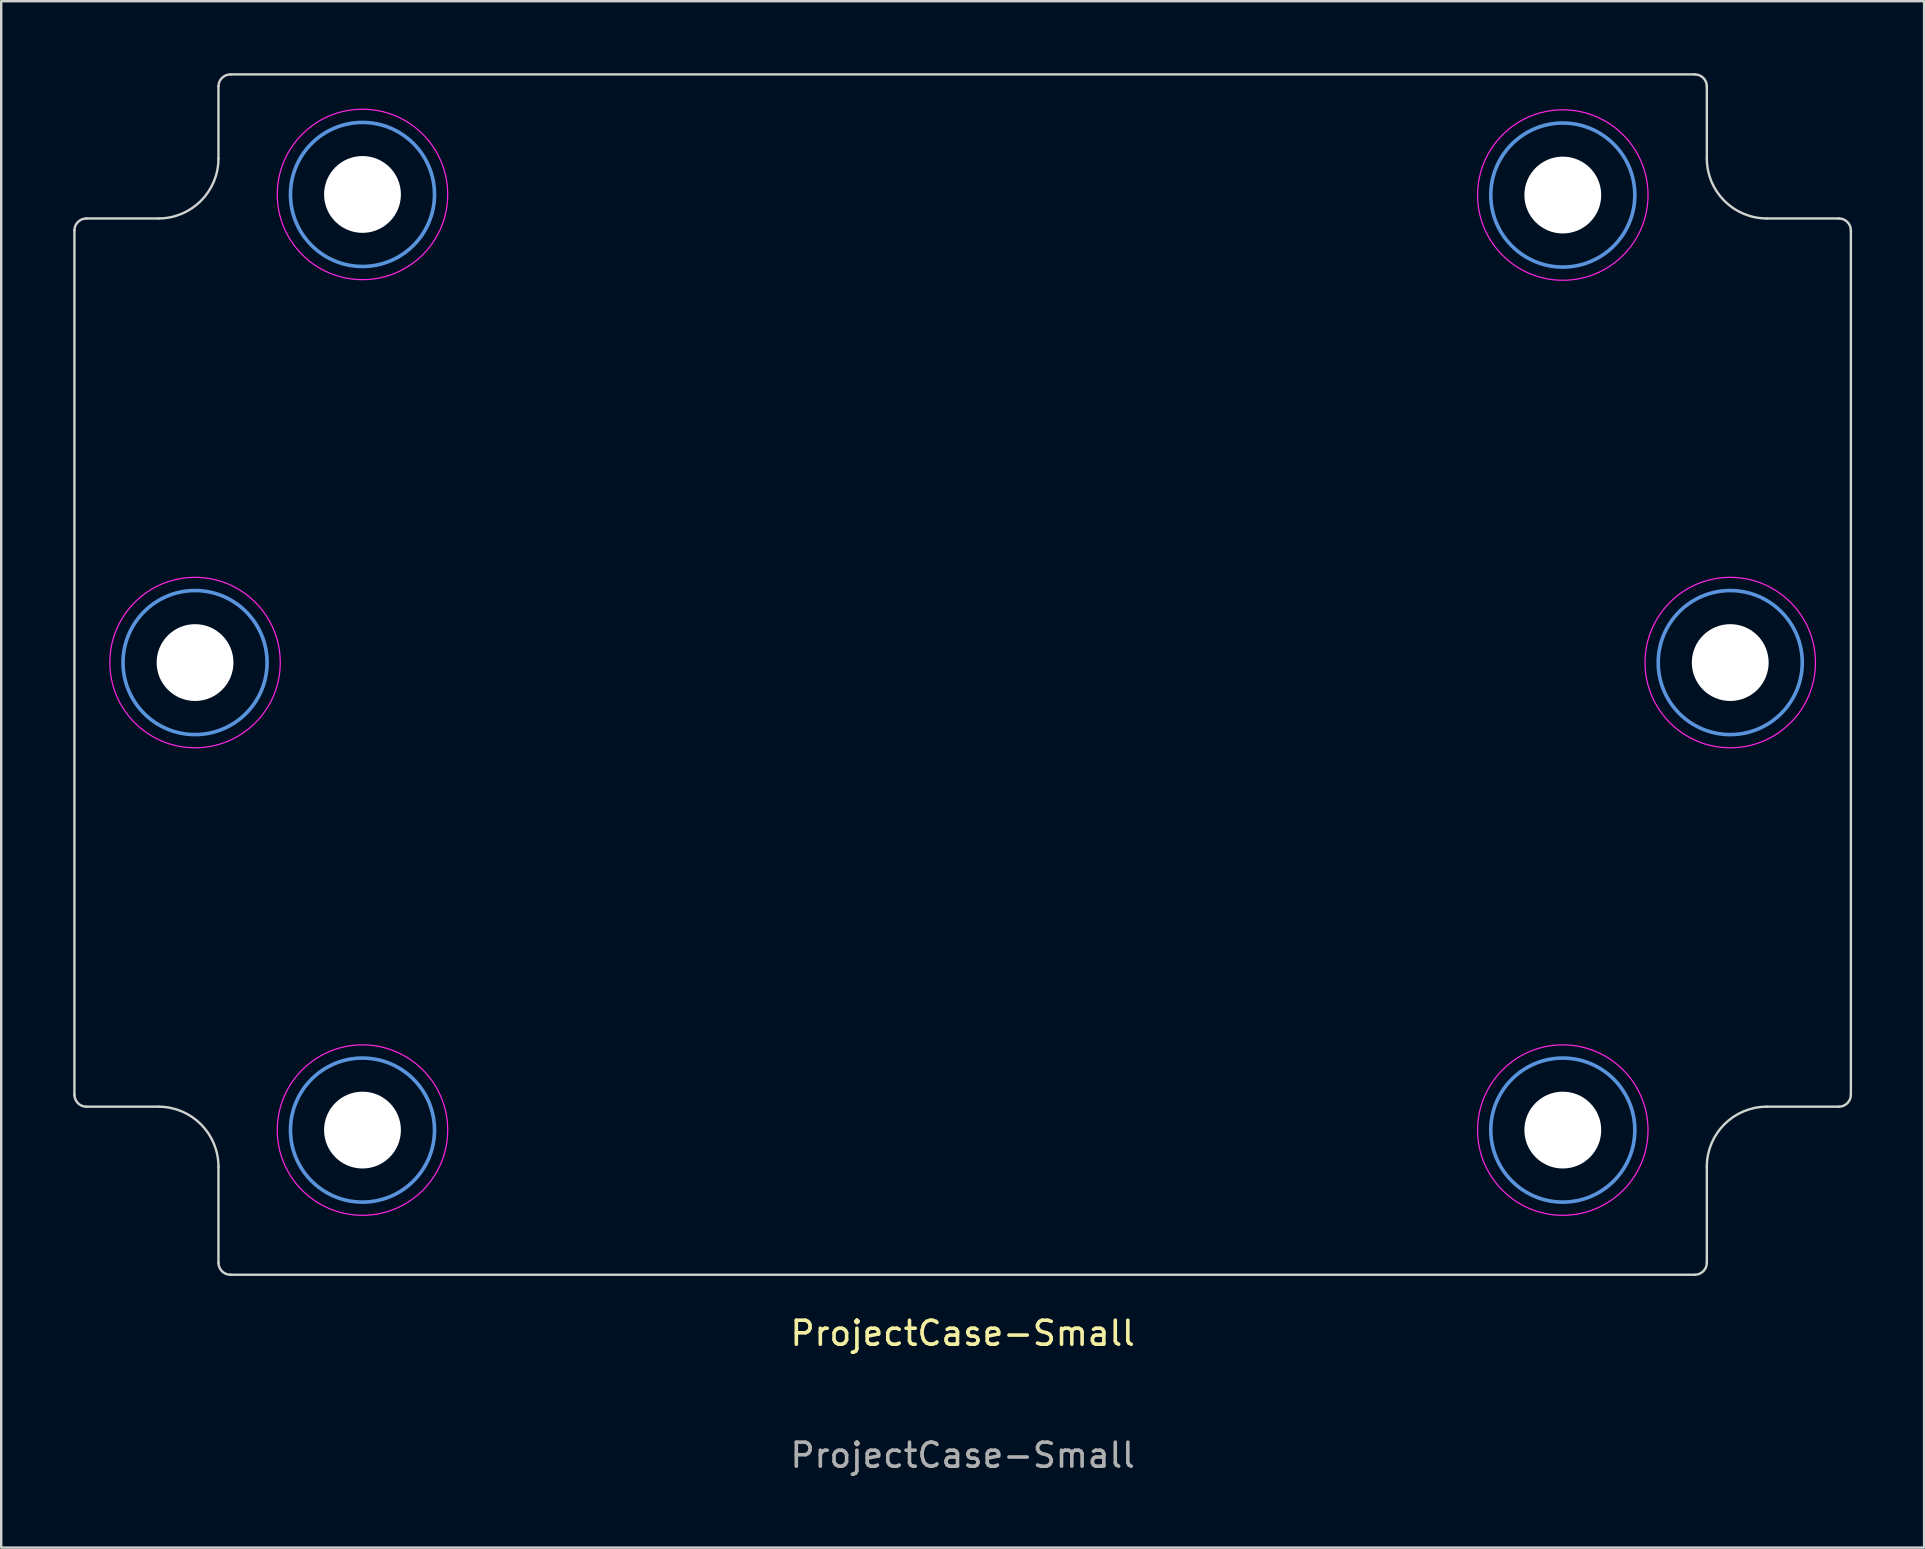
<source format=kicad_pcb>
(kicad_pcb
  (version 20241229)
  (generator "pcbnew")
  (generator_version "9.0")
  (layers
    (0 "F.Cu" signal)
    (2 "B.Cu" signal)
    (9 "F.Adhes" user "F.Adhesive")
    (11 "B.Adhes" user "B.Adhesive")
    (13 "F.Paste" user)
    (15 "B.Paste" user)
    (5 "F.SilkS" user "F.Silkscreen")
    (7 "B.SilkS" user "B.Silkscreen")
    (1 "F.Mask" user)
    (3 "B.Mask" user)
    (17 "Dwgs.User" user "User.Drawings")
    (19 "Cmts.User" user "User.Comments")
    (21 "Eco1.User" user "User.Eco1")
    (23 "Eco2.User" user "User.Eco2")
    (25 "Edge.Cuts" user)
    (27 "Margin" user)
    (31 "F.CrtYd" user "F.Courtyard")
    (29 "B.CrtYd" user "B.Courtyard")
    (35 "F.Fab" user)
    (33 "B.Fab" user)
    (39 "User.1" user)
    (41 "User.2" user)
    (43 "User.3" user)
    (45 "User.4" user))
  (footprint "ProjectCase-Small"
    (layer "F.Cu")
    (at 37.05 24.55)
    (property "Reference" "ProjectCase-Small" (at 0 27.94 0) (unlocked yes) (layer "F.SilkS") (effects (font (size 1 1) (thickness 0.15))))
    (fp_circle (center -31.975 0) (end -28.975 0) (stroke (width 0.15) (type solid)) (fill no) (layer "Cmts.User"))
    (fp_circle (center -25 -19.5) (end -22 -19.5) (stroke (width 0.15) (type solid)) (fill no) (layer "Cmts.User"))
    (fp_circle (center -25 19.475) (end -22 19.475) (stroke (width 0.15) (type solid)) (fill no) (layer "Cmts.User"))
    (fp_circle (center 25 -19.475) (end 28 -19.475) (stroke (width 0.15) (type solid)) (fill no) (layer "Cmts.User"))
    (fp_circle (center 25 19.475) (end 28 19.475) (stroke (width 0.15) (type solid)) (fill no) (layer "Cmts.User"))
    (fp_circle (center 31.975 0) (end 34.975 0) (stroke (width 0.15) (type solid)) (fill no) (layer "Cmts.User"))
    (fp_line (start -37 18) (end -37 -18) (stroke (width 0.1) (type solid)) (layer "Edge.Cuts"))
    (fp_line (start -33.5 -18.5) (end -36.5 -18.5) (stroke (width 0.1) (type solid)) (layer "Edge.Cuts"))
    (fp_line (start -33.5 18.5) (end -36.5 18.5) (stroke (width 0.1) (type solid)) (layer "Edge.Cuts"))
    (fp_line (start -31 -21) (end -31 -24) (stroke (width 0.1) (type solid)) (layer "Edge.Cuts"))
    (fp_line (start -31 21) (end -31 25) (stroke (width 0.1) (type solid)) (layer "Edge.Cuts"))
    (fp_line (start -30.5 -24.5) (end 30.5 -24.5) (stroke (width 0.1) (type solid)) (layer "Edge.Cuts"))
    (fp_line (start -30.5 25.5) (end 30.5 25.5) (stroke (width 0.1) (type solid)) (layer "Edge.Cuts"))
    (fp_line (start 31 -24) (end 31 -21) (stroke (width 0.1) (type solid)) (layer "Edge.Cuts"))
    (fp_line (start 31 21) (end 31 25) (stroke (width 0.1) (type solid)) (layer "Edge.Cuts"))
    (fp_line (start 33.5 -18.5) (end 36.5 -18.5) (stroke (width 0.1) (type solid)) (layer "Edge.Cuts"))
    (fp_line (start 33.5 18.5) (end 36.5 18.5) (stroke (width 0.1) (type solid)) (layer "Edge.Cuts"))
    (fp_line (start 37 18) (end 37 -18) (stroke (width 0.1) (type solid)) (layer "Edge.Cuts"))
    (fp_arc (start -37 -18) (mid -36.853553 -18.353553) (end -36.5 -18.5) (stroke (width 0.1) (type solid)) (layer "Edge.Cuts"))
    (fp_arc (start -36.5 18.5) (mid -36.853553 18.353553) (end -37 18) (stroke (width 0.1) (type solid)) (layer "Edge.Cuts"))
    (fp_arc (start -33.5 18.5) (mid -31.732233 19.232233) (end -31 21) (stroke (width 0.1) (type solid)) (layer "Edge.Cuts"))
    (fp_arc (start -31 -24) (mid -30.853553 -24.353553) (end -30.5 -24.5) (stroke (width 0.1) (type solid)) (layer "Edge.Cuts"))
    (fp_arc (start -31 -21) (mid -31.732233 -19.232233) (end -33.5 -18.5) (stroke (width 0.1) (type solid)) (layer "Edge.Cuts"))
    (fp_arc (start -30.5 25.5) (mid -30.853553 25.353553) (end -31 25) (stroke (width 0.1) (type solid)) (layer "Edge.Cuts"))
    (fp_arc (start 30.5 -24.5) (mid 30.853553 -24.353553) (end 31 -24) (stroke (width 0.1) (type solid)) (layer "Edge.Cuts"))
    (fp_arc (start 31 21) (mid 31.732233 19.232233) (end 33.5 18.5) (stroke (width 0.1) (type solid)) (layer "Edge.Cuts"))
    (fp_arc (start 31 25) (mid 30.853553 25.353553) (end 30.5 25.5) (stroke (width 0.1) (type solid)) (layer "Edge.Cuts"))
    (fp_arc (start 33.5 -18.5) (mid 31.732233 -19.232233) (end 31 -21) (stroke (width 0.1) (type solid)) (layer "Edge.Cuts"))
    (fp_arc (start 36.5 -18.5) (mid 36.853553 -18.353553) (end 37 -18) (stroke (width 0.1) (type solid)) (layer "Edge.Cuts"))
    (fp_arc (start 37 18) (mid 36.853553 18.353553) (end 36.5 18.5) (stroke (width 0.1) (type solid)) (layer "Edge.Cuts"))
    (fp_circle (center 0 -18.5) (end 0.01 -18.5) (stroke (width 0.0001) (type solid)) (fill yes) (layer "Edge.Cuts"))
    (fp_circle (center -31.975 0) (end -28.425 0) (stroke (width 0.05) (type solid)) (fill no) (layer "F.CrtYd"))
    (fp_circle (center -25 -19.5) (end -21.45 -19.5) (stroke (width 0.05) (type solid)) (fill no) (layer "F.CrtYd"))
    (fp_circle (center -25 19.475) (end -21.45 19.475) (stroke (width 0.05) (type solid)) (fill no) (layer "F.CrtYd"))
    (fp_circle (center 25 -19.475) (end 28.55 -19.475) (stroke (width 0.05) (type solid)) (fill no) (layer "F.CrtYd"))
    (fp_circle (center 25 19.475) (end 28.55 19.475) (stroke (width 0.05) (type solid)) (fill no) (layer "F.CrtYd"))
    (fp_circle (center 31.975 0) (end 35.525 0) (stroke (width 0.05) (type solid)) (fill no) (layer "F.CrtYd"))
    (fp_text user "${REFERENCE}" (at 0 33.02 0) (unlocked yes) (layer "F.Fab") (effects (font (size 1 1) (thickness 0.15))))
    (pad "" np_thru_hole circle (at -31.975 0) (size 3.2 3.2) (drill 3.2) (layers "*.Cu" "*.Mask"))
    (pad "" np_thru_hole circle (at -25 -19.5) (size 3.2 3.2) (drill 3.2) (layers "*.Cu" "*.Mask"))
    (pad "" np_thru_hole circle (at -25 19.475) (size 3.2 3.2) (drill 3.2) (layers "*.Cu" "*.Mask"))
    (pad "" np_thru_hole circle (at 25 -19.475) (size 3.2 3.2) (drill 3.2) (layers "*.Cu" "*.Mask"))
    (pad "" np_thru_hole circle (at 25 19.475) (size 3.2 3.2) (drill 3.2) (layers "*.Cu" "*.Mask"))
    (pad "" np_thru_hole circle (at 31.975 0) (size 3.2 3.2) (drill 3.2) (layers "*.Cu" "*.Mask")))
  (gr_rect
    (start -3 -3)
    (end 77.1 61.418)
    (stroke (width 0.1) (type default))
    (fill no)
    (layer "Edge.Cuts")))
</source>
